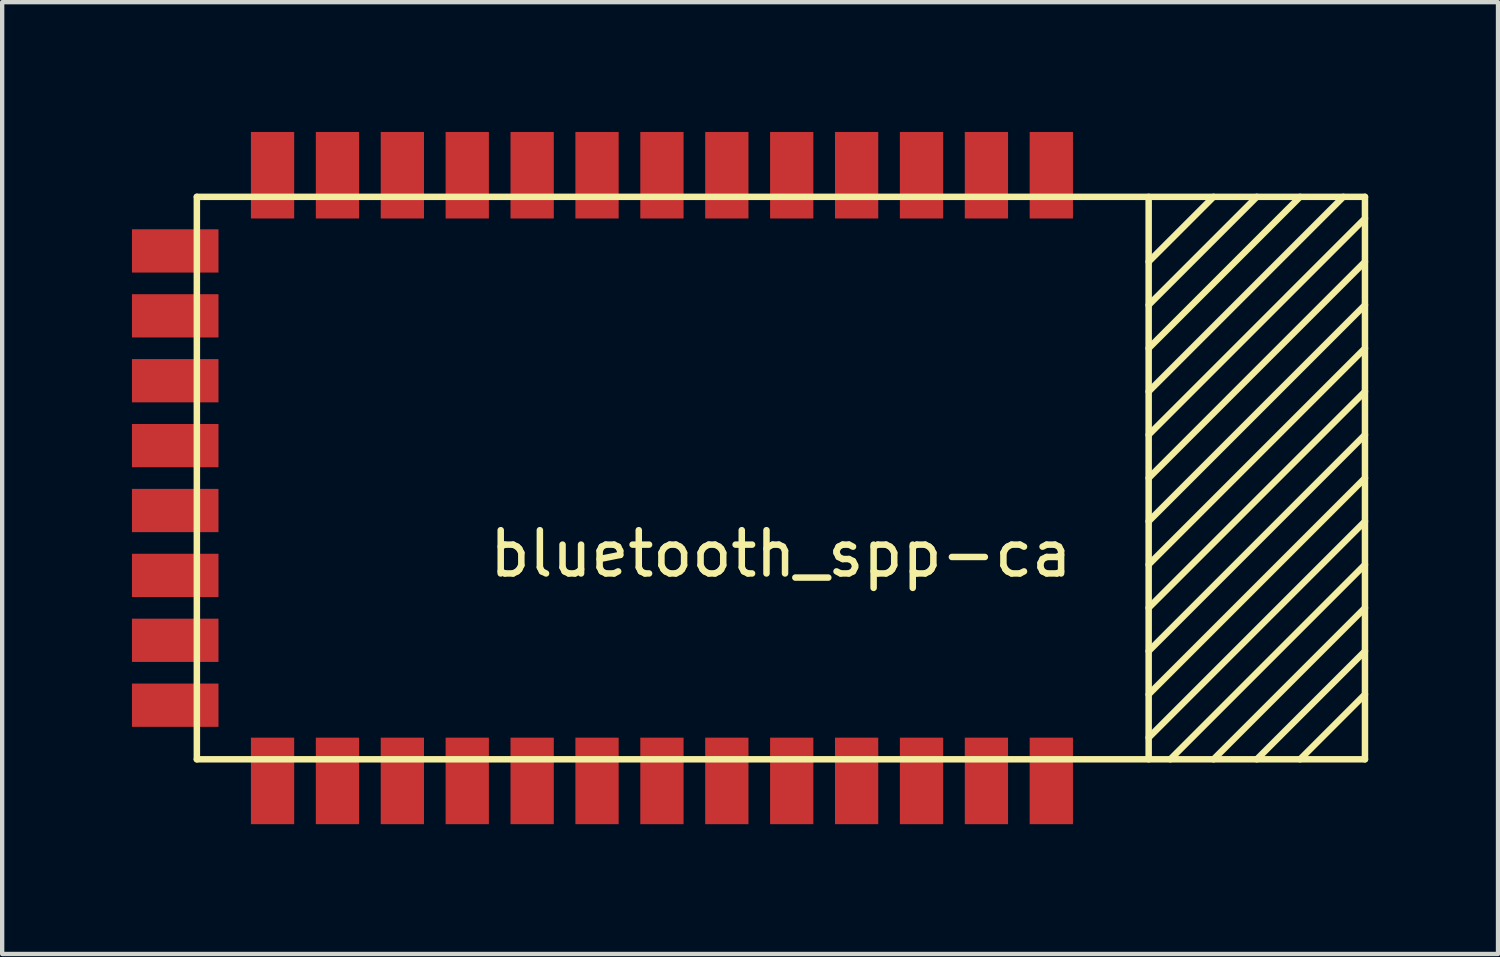
<source format=kicad_pcb>
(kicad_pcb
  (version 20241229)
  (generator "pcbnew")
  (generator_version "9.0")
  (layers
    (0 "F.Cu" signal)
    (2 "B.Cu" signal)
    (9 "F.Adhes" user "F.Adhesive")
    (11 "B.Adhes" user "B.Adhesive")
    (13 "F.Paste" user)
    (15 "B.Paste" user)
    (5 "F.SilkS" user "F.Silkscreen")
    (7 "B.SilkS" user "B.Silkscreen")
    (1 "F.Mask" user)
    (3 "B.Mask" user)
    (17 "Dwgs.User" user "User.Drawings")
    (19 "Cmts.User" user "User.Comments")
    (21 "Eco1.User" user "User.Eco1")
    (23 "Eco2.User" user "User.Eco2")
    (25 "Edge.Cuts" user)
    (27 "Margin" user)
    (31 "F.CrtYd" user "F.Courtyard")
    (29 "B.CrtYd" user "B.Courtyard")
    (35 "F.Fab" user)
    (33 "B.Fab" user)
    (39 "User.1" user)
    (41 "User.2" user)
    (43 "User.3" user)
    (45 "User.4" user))
  (footprint "bluetooth_spp-ca"
    (layer "F.Cu")
    (at 15 8)
    (property "Reference" "bluetooth_spp-ca" (at 0 1.75 0) (layer "F.SilkS") (effects (font (size 1 1) (thickness 0.15))))
    (attr through_hole)
    (fp_line (start -13.5 -6.5) (end -13.5 6.5) (stroke (width 0.15) (type solid)) (layer "F.SilkS"))
    (fp_line (start -13.5 6.5) (end 13.5 6.5) (stroke (width 0.15) (type solid)) (layer "F.SilkS"))
    (fp_line (start 8.5 -6.5) (end 8.5 6.5) (stroke (width 0.15) (type solid)) (layer "F.SilkS"))
    (fp_line (start 8.5 -5) (end 10 -6.5) (stroke (width 0.15) (type solid)) (layer "F.SilkS"))
    (fp_line (start 8.5 -4) (end 11 -6.5) (stroke (width 0.15) (type solid)) (layer "F.SilkS"))
    (fp_line (start 8.5 -3) (end 12 -6.5) (stroke (width 0.15) (type solid)) (layer "F.SilkS"))
    (fp_line (start 8.5 -2) (end 13 -6.5) (stroke (width 0.15) (type solid)) (layer "F.SilkS"))
    (fp_line (start 8.5 -1) (end 13.5 -6) (stroke (width 0.15) (type solid)) (layer "F.SilkS"))
    (fp_line (start 8.5 0) (end 13.5 -5) (stroke (width 0.15) (type solid)) (layer "F.SilkS"))
    (fp_line (start 8.5 1) (end 13.5 -4) (stroke (width 0.15) (type solid)) (layer "F.SilkS"))
    (fp_line (start 8.5 2) (end 13.5 -3) (stroke (width 0.15) (type solid)) (layer "F.SilkS"))
    (fp_line (start 8.5 3) (end 13.5 -2) (stroke (width 0.15) (type solid)) (layer "F.SilkS"))
    (fp_line (start 8.5 4) (end 13.5 -1) (stroke (width 0.15) (type solid)) (layer "F.SilkS"))
    (fp_line (start 8.5 5) (end 13.5 0) (stroke (width 0.15) (type solid)) (layer "F.SilkS"))
    (fp_line (start 8.5 6) (end 13.5 1) (stroke (width 0.15) (type solid)) (layer "F.SilkS"))
    (fp_line (start 9 6.5) (end 13.5 2) (stroke (width 0.15) (type solid)) (layer "F.SilkS"))
    (fp_line (start 10 6.5) (end 13.5 3) (stroke (width 0.15) (type solid)) (layer "F.SilkS"))
    (fp_line (start 11 6.5) (end 13.5 4) (stroke (width 0.15) (type solid)) (layer "F.SilkS"))
    (fp_line (start 12 6.5) (end 13.5 5) (stroke (width 0.15) (type solid)) (layer "F.SilkS"))
    (fp_line (start 13.5 -6.5) (end -13.5 -6.5) (stroke (width 0.15) (type solid)) (layer "F.SilkS"))
    (fp_line (start 13.5 6.5) (end 13.5 -6.5) (stroke (width 0.15) (type solid)) (layer "F.SilkS"))
    (pad "1" smd rect (at 6.25 -7) (size 1 2) (layers "F.Cu" "F.Mask" "F.Paste"))
    (pad "2" smd rect (at 4.75 -7) (size 1 2) (layers "F.Cu" "F.Mask" "F.Paste"))
    (pad "3" smd rect (at 3.25 -7) (size 1 2) (layers "F.Cu" "F.Mask" "F.Paste"))
    (pad "4" smd rect (at 1.75 -7) (size 1 2) (layers "F.Cu" "F.Mask" "F.Paste"))
    (pad "5" smd rect (at 0.25 -7) (size 1 2) (layers "F.Cu" "F.Mask" "F.Paste"))
    (pad "6" smd rect (at -1.25 -7) (size 1 2) (layers "F.Cu" "F.Mask" "F.Paste"))
    (pad "7" smd rect (at -2.75 -7) (size 1 2) (layers "F.Cu" "F.Mask" "F.Paste"))
    (pad "8" smd rect (at -4.25 -7) (size 1 2) (layers "F.Cu" "F.Mask" "F.Paste"))
    (pad "9" smd rect (at -5.75 -7) (size 1 2) (layers "F.Cu" "F.Mask" "F.Paste"))
    (pad "10" smd rect (at -7.25 -7) (size 1 2) (layers "F.Cu" "F.Mask" "F.Paste"))
    (pad "11" smd rect (at -8.75 -7) (size 1 2) (layers "F.Cu" "F.Mask" "F.Paste"))
    (pad "12" smd rect (at -10.25 -7) (size 1 2) (layers "F.Cu" "F.Mask" "F.Paste"))
    (pad "13" smd rect (at -11.75 -7) (size 1 2) (layers "F.Cu" "F.Mask" "F.Paste"))
    (pad "14" smd rect (at -14 -5.25) (size 2 1) (layers "F.Cu" "F.Mask" "F.Paste"))
    (pad "15" smd rect (at -14 -3.75) (size 2 1) (layers "F.Cu" "F.Mask" "F.Paste"))
    (pad "16" smd rect (at -14 -2.25) (size 2 1) (layers "F.Cu" "F.Mask" "F.Paste"))
    (pad "17" smd rect (at -14 -0.75) (size 2 1) (layers "F.Cu" "F.Mask" "F.Paste"))
    (pad "18" smd rect (at -14 0.75) (size 2 1) (layers "F.Cu" "F.Mask" "F.Paste"))
    (pad "19" smd rect (at -14 2.25) (size 2 1) (layers "F.Cu" "F.Mask" "F.Paste"))
    (pad "20" smd rect (at -14 3.75) (size 2 1) (layers "F.Cu" "F.Mask" "F.Paste"))
    (pad "21" smd rect (at -14 5.25) (size 2 1) (layers "F.Cu" "F.Mask" "F.Paste"))
    (pad "22" smd rect (at -11.75 7) (size 1 2) (layers "F.Cu" "F.Mask" "F.Paste"))
    (pad "23" smd rect (at -10.25 7) (size 1 2) (layers "F.Cu" "F.Mask" "F.Paste"))
    (pad "24" smd rect (at -8.75 7) (size 1 2) (layers "F.Cu" "F.Mask" "F.Paste"))
    (pad "25" smd rect (at -7.25 7) (size 1 2) (layers "F.Cu" "F.Mask" "F.Paste"))
    (pad "26" smd rect (at -5.75 7) (size 1 2) (layers "F.Cu" "F.Mask" "F.Paste"))
    (pad "27" smd rect (at -4.25 7) (size 1 2) (layers "F.Cu" "F.Mask" "F.Paste"))
    (pad "28" smd rect (at -2.75 7) (size 1 2) (layers "F.Cu" "F.Mask" "F.Paste"))
    (pad "29" smd rect (at -1.25 7) (size 1 2) (layers "F.Cu" "F.Mask" "F.Paste"))
    (pad "30" smd rect (at 0.25 7) (size 1 2) (layers "F.Cu" "F.Mask" "F.Paste"))
    (pad "31" smd rect (at 1.75 7) (size 1 2) (layers "F.Cu" "F.Mask" "F.Paste"))
    (pad "32" smd rect (at 3.25 7) (size 1 2) (layers "F.Cu" "F.Mask" "F.Paste"))
    (pad "33" smd rect (at 4.75 7) (size 1 2) (layers "F.Cu" "F.Mask" "F.Paste"))
    (pad "34" smd rect (at 6.25 7) (size 1 2) (layers "F.Cu" "F.Mask" "F.Paste")))
  (gr_rect
    (start -3 -3)
    (end 31.575 19)
    (stroke (width 0.1) (type default))
    (fill no)
    (layer "Edge.Cuts")))
</source>
